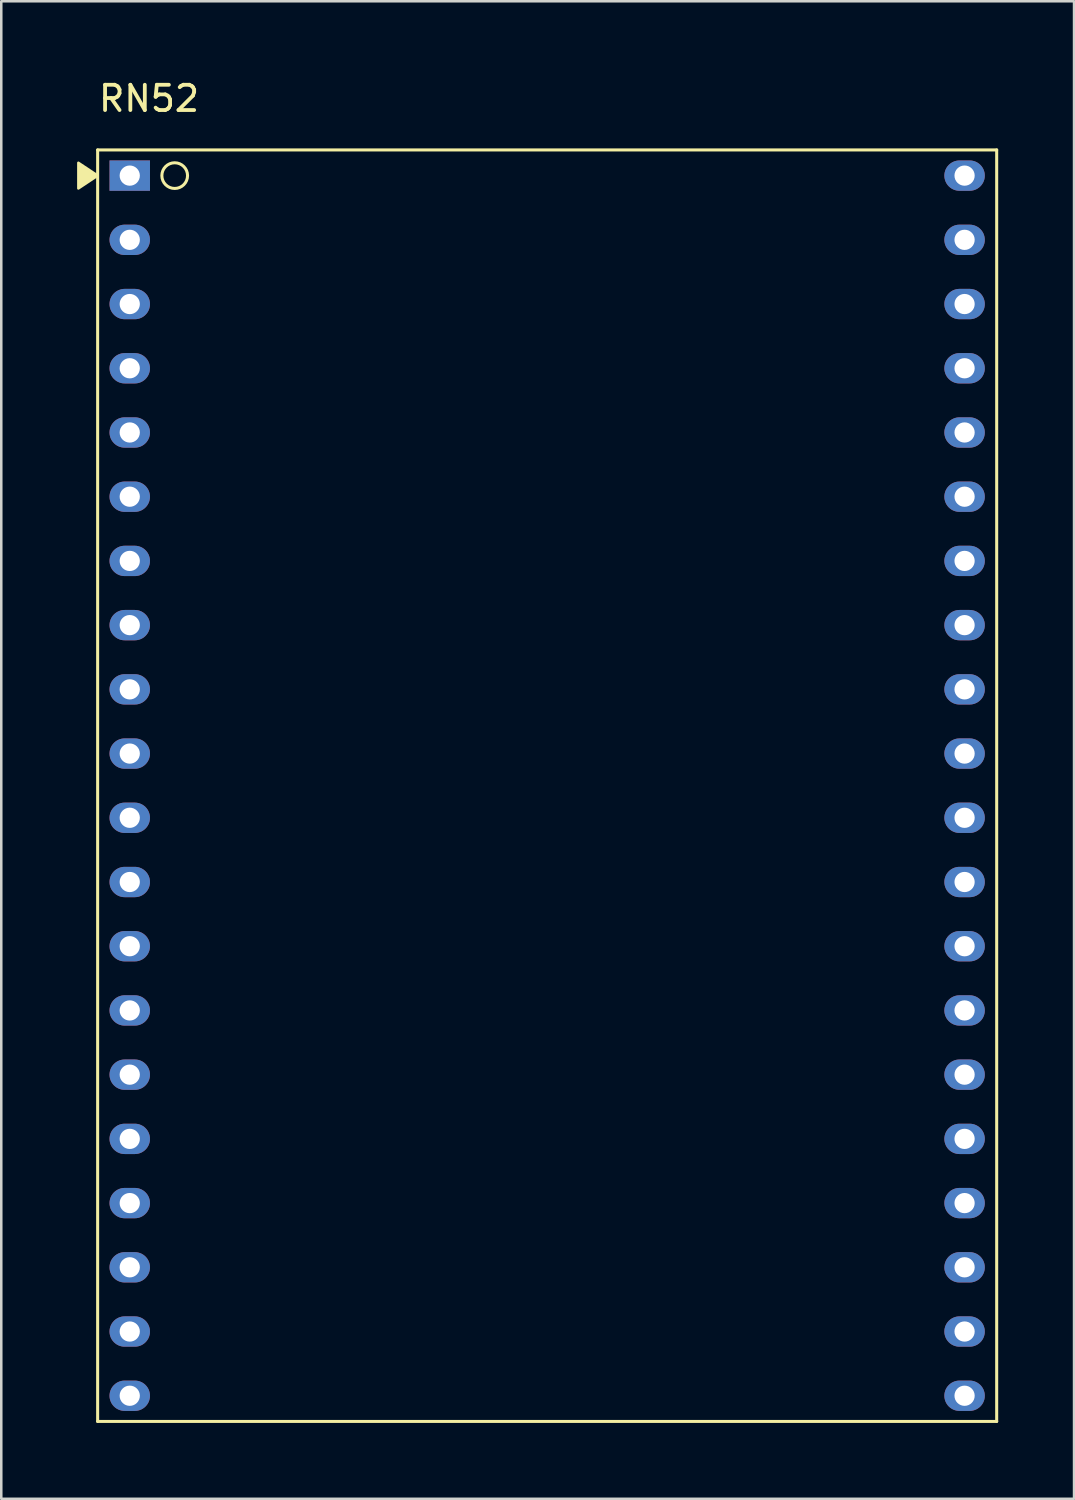
<source format=kicad_pcb>
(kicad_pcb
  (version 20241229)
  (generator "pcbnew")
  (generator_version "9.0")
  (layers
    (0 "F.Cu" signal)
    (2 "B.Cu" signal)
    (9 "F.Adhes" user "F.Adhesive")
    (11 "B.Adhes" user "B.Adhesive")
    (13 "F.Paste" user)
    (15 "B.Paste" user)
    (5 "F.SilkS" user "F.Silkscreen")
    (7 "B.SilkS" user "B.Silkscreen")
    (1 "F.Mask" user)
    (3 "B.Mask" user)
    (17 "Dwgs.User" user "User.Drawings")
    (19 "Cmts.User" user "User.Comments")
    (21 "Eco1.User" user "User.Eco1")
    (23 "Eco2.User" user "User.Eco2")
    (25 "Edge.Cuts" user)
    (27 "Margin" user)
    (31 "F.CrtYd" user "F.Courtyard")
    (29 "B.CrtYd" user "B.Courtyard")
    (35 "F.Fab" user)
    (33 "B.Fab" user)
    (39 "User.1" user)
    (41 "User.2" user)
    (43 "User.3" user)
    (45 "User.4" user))
  (footprint "RN52"
    (layer "F.Cu")
    (at 2.082 3.896)
    (property "Reference" "RN52" (at 0.762 -3.048 0) (layer "F.SilkS") (effects (font (size 1 1) (thickness 0.15))))
    (attr through_hole)
    (fp_line (start -1.27 -1.016) (end -1.27 49.276) (stroke (width 0.12) (type solid)) (layer "F.SilkS"))
    (fp_line (start -1.27 49.276) (end 34.29 49.276) (stroke (width 0.12) (type solid)) (layer "F.SilkS"))
    (fp_line (start 34.29 -1.016) (end -1.27 -1.016) (stroke (width 0.12) (type solid)) (layer "F.SilkS"))
    (fp_line (start 34.29 49.276) (end 34.29 -1.016) (stroke (width 0.12) (type solid)) (layer "F.SilkS"))
    (fp_circle (center 1.778 0) (end 1.778 0.508) (stroke (width 0.12) (type solid)) (fill no) (layer "F.SilkS"))
    (fp_poly (pts (xy -1.27 0) (xy -2.032 0.508) (xy -2.032 -0.508)) (stroke (width 0.1) (type solid)) (fill yes) (layer "F.SilkS"))
    (pad "1" thru_hole rect (at 0 0 180) (size 1.6 1.2) (drill 0.8) (layers "*.Cu" "*.Mask"))
    (pad "2" thru_hole oval (at 0 2.54 180) (size 1.6 1.2) (drill 0.8) (layers "*.Cu" "*.Mask"))
    (pad "3" thru_hole oval (at 0 5.08 180) (size 1.6 1.2) (drill 0.8) (layers "*.Cu" "*.Mask"))
    (pad "4" thru_hole oval (at 0 7.62 180) (size 1.6 1.2) (drill 0.8) (layers "*.Cu" "*.Mask"))
    (pad "5" thru_hole oval (at 0 10.16 180) (size 1.6 1.2) (drill 0.8) (layers "*.Cu" "*.Mask"))
    (pad "6" thru_hole oval (at 0 12.7 180) (size 1.6 1.2) (drill 0.8) (layers "*.Cu" "*.Mask"))
    (pad "7" thru_hole oval (at 0 15.24 180) (size 1.6 1.2) (drill 0.8) (layers "*.Cu" "*.Mask"))
    (pad "8" thru_hole oval (at 0 17.78 180) (size 1.6 1.2) (drill 0.8) (layers "*.Cu" "*.Mask"))
    (pad "9" thru_hole oval (at 0 20.32 180) (size 1.6 1.2) (drill 0.8) (layers "*.Cu" "*.Mask"))
    (pad "10" thru_hole oval (at 0 22.86 180) (size 1.6 1.2) (drill 0.8) (layers "*.Cu" "*.Mask"))
    (pad "11" thru_hole oval (at 0 25.4 180) (size 1.6 1.2) (drill 0.8) (layers "*.Cu" "*.Mask"))
    (pad "12" thru_hole oval (at 0 27.94 180) (size 1.6 1.2) (drill 0.8) (layers "*.Cu" "*.Mask"))
    (pad "13" thru_hole oval (at 0 30.48 180) (size 1.6 1.2) (drill 0.8) (layers "*.Cu" "*.Mask"))
    (pad "14" thru_hole oval (at 0 33.02 180) (size 1.6 1.2) (drill 0.8) (layers "*.Cu" "*.Mask"))
    (pad "15" thru_hole oval (at 0 35.56 180) (size 1.6 1.2) (drill 0.8) (layers "*.Cu" "*.Mask"))
    (pad "16" thru_hole oval (at 0 38.1 180) (size 1.6 1.2) (drill 0.8) (layers "*.Cu" "*.Mask"))
    (pad "17" thru_hole oval (at 0 40.64 180) (size 1.6 1.2) (drill 0.8) (layers "*.Cu" "*.Mask"))
    (pad "18" thru_hole oval (at 0 43.18 180) (size 1.6 1.2) (drill 0.8) (layers "*.Cu" "*.Mask"))
    (pad "19" thru_hole oval (at 0 45.72 180) (size 1.6 1.2) (drill 0.8) (layers "*.Cu" "*.Mask"))
    (pad "20" thru_hole oval (at 0 48.26 180) (size 1.6 1.2) (drill 0.8) (layers "*.Cu" "*.Mask"))
    (pad "21" thru_hole oval (at 33.02 48.26 180) (size 1.6 1.2) (drill 0.8) (layers "*.Cu" "*.Mask"))
    (pad "22" thru_hole oval (at 33.02 45.72 180) (size 1.6 1.2) (drill 0.8) (layers "*.Cu" "*.Mask"))
    (pad "23" thru_hole oval (at 33.02 43.18 180) (size 1.6 1.2) (drill 0.8) (layers "*.Cu" "*.Mask"))
    (pad "24" thru_hole oval (at 33.02 40.64 180) (size 1.6 1.2) (drill 0.8) (layers "*.Cu" "*.Mask"))
    (pad "25" thru_hole oval (at 33.02 38.1 180) (size 1.6 1.2) (drill 0.8) (layers "*.Cu" "*.Mask"))
    (pad "26" thru_hole oval (at 33.02 35.56 180) (size 1.6 1.2) (drill 0.8) (layers "*.Cu" "*.Mask"))
    (pad "27" thru_hole oval (at 33.02 33.02 180) (size 1.6 1.2) (drill 0.8) (layers "*.Cu" "*.Mask"))
    (pad "28" thru_hole oval (at 33.02 30.48 180) (size 1.6 1.2) (drill 0.8) (layers "*.Cu" "*.Mask"))
    (pad "29" thru_hole oval (at 33.02 27.94 180) (size 1.6 1.2) (drill 0.8) (layers "*.Cu" "*.Mask"))
    (pad "30" thru_hole oval (at 33.02 25.4 180) (size 1.6 1.2) (drill 0.8) (layers "*.Cu" "*.Mask"))
    (pad "31" thru_hole oval (at 33.02 22.86 180) (size 1.6 1.2) (drill 0.8) (layers "*.Cu" "*.Mask"))
    (pad "32" thru_hole oval (at 33.02 20.32 180) (size 1.6 1.2) (drill 0.8) (layers "*.Cu" "*.Mask"))
    (pad "33" thru_hole oval (at 33.02 17.78 180) (size 1.6 1.2) (drill 0.8) (layers "*.Cu" "*.Mask"))
    (pad "34" thru_hole oval (at 33.02 15.24 180) (size 1.6 1.2) (drill 0.8) (layers "*.Cu" "*.Mask"))
    (pad "35" thru_hole oval (at 33.02 12.7 180) (size 1.6 1.2) (drill 0.8) (layers "*.Cu" "*.Mask"))
    (pad "36" thru_hole oval (at 33.02 10.16 180) (size 1.6 1.2) (drill 0.8) (layers "*.Cu" "*.Mask"))
    (pad "37" thru_hole oval (at 33.02 7.62 180) (size 1.6 1.2) (drill 0.8) (layers "*.Cu" "*.Mask"))
    (pad "38" thru_hole oval (at 33.02 5.08 180) (size 1.6 1.2) (drill 0.8) (layers "*.Cu" "*.Mask"))
    (pad "39" thru_hole oval (at 33.02 2.54 180) (size 1.6 1.2) (drill 0.8) (layers "*.Cu" "*.Mask"))
    (pad "40" thru_hole oval (at 33.02 0 180) (size 1.6 1.2) (drill 0.8) (layers "*.Cu" "*.Mask")))
  (gr_rect
    (start -3 -3)
    (end 39.432 56.232)
    (stroke (width 0.1) (type default))
    (fill no)
    (layer "Edge.Cuts")))
</source>
